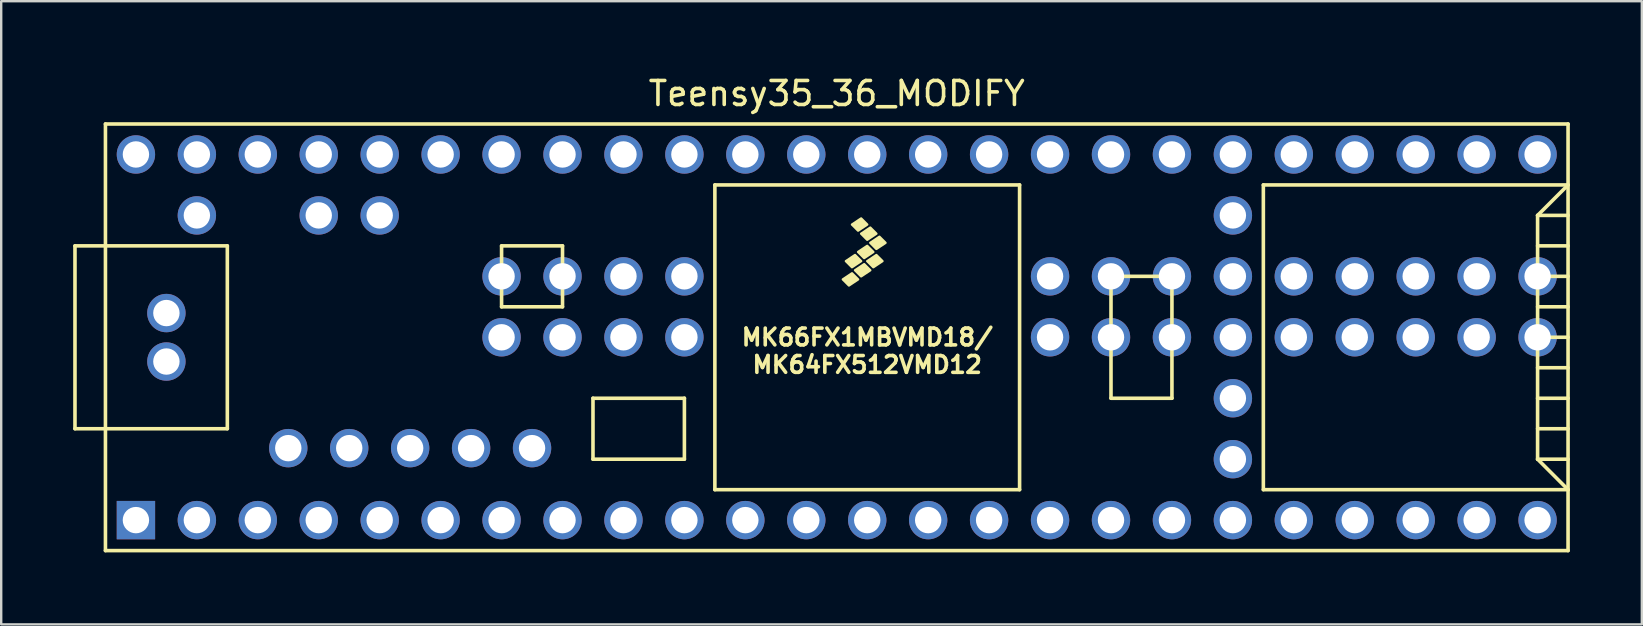
<source format=kicad_pcb>
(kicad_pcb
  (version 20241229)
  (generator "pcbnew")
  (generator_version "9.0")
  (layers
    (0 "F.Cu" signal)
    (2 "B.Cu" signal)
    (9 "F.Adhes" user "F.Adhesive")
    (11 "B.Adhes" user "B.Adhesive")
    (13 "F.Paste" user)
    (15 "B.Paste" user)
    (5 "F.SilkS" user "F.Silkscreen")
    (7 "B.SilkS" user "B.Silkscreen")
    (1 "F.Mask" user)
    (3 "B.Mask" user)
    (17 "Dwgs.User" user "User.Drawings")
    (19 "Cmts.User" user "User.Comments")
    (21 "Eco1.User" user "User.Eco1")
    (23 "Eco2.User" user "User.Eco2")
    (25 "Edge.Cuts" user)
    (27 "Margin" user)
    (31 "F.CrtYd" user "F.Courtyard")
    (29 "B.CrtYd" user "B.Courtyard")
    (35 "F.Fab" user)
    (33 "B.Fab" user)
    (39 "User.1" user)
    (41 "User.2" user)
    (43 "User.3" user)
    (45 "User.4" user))
  (footprint "Teensy35_36_MODIFY"
    (layer "F.Cu")
    (at 31.825 11.008)
    (property "Reference" "Teensy35_36_MODIFY" (at 0 -10.16 180) (layer "F.SilkS") (effects (font (size 1 1) (thickness 0.15))))
    (attr through_hole)
    (fp_line (start -31.75 -3.81) (end -30.48 -3.81) (stroke (width 0.15) (type solid)) (layer "F.SilkS"))
    (fp_line (start -31.75 3.81) (end -31.75 -3.81) (stroke (width 0.15) (type solid)) (layer "F.SilkS"))
    (fp_line (start -30.48 3.81) (end -31.75 3.81) (stroke (width 0.15) (type solid)) (layer "F.SilkS"))
    (fp_line (start -30.48 8.89) (end -30.48 -8.89) (stroke (width 0.15) (type solid)) (layer "F.SilkS"))
    (fp_line (start -30.48 8.89) (end 30.48 8.89) (stroke (width 0.15) (type solid)) (layer "F.SilkS"))
    (fp_line (start -25.4 -3.81) (end -30.48 -3.81) (stroke (width 0.15) (type solid)) (layer "F.SilkS"))
    (fp_line (start -25.4 3.81) (end -30.48 3.81) (stroke (width 0.15) (type solid)) (layer "F.SilkS"))
    (fp_line (start -25.4 3.81) (end -25.4 -3.81) (stroke (width 0.15) (type solid)) (layer "F.SilkS"))
    (fp_line (start -13.97 -3.81) (end -13.97 -1.27) (stroke (width 0.15) (type solid)) (layer "F.SilkS"))
    (fp_line (start -13.97 -1.27) (end -11.43 -1.27) (stroke (width 0.15) (type solid)) (layer "F.SilkS"))
    (fp_line (start -11.43 -3.81) (end -13.97 -3.81) (stroke (width 0.15) (type solid)) (layer "F.SilkS"))
    (fp_line (start -11.43 -1.27) (end -11.43 -3.81) (stroke (width 0.15) (type solid)) (layer "F.SilkS"))
    (fp_line (start -10.16 2.54) (end -6.35 2.54) (stroke (width 0.15) (type solid)) (layer "F.SilkS"))
    (fp_line (start -10.16 5.08) (end -10.16 2.54) (stroke (width 0.15) (type solid)) (layer "F.SilkS"))
    (fp_line (start -6.35 2.54) (end -6.35 5.08) (stroke (width 0.15) (type solid)) (layer "F.SilkS"))
    (fp_line (start -6.35 5.08) (end -10.16 5.08) (stroke (width 0.15) (type solid)) (layer "F.SilkS"))
    (fp_line (start -5.08 -6.35) (end -5.08 6.35) (stroke (width 0.15) (type solid)) (layer "F.SilkS"))
    (fp_line (start -5.08 -6.35) (end 7.62 -6.35) (stroke (width 0.15) (type solid)) (layer "F.SilkS"))
    (fp_line (start -5.08 6.35) (end 7.62 6.35) (stroke (width 0.15) (type solid)) (layer "F.SilkS"))
    (fp_line (start 7.62 6.35) (end 7.62 -6.35) (stroke (width 0.15) (type solid)) (layer "F.SilkS"))
    (fp_line (start 11.43 -2.54) (end 13.97 -2.54) (stroke (width 0.15) (type solid)) (layer "F.SilkS"))
    (fp_line (start 11.43 2.54) (end 11.43 -2.54) (stroke (width 0.15) (type solid)) (layer "F.SilkS"))
    (fp_line (start 13.97 -2.54) (end 13.97 2.54) (stroke (width 0.15) (type solid)) (layer "F.SilkS"))
    (fp_line (start 13.97 2.54) (end 11.43 2.54) (stroke (width 0.15) (type solid)) (layer "F.SilkS"))
    (fp_line (start 17.78 -6.35) (end 17.78 6.35) (stroke (width 0.15) (type solid)) (layer "F.SilkS"))
    (fp_line (start 17.78 6.35) (end 30.48 6.35) (stroke (width 0.15) (type solid)) (layer "F.SilkS"))
    (fp_line (start 29.21 -5.08) (end 30.48 -6.35) (stroke (width 0.15) (type solid)) (layer "F.SilkS"))
    (fp_line (start 29.21 -5.08) (end 30.48 -5.08) (stroke (width 0.15) (type solid)) (layer "F.SilkS"))
    (fp_line (start 29.21 -3.81) (end 30.48 -3.81) (stroke (width 0.15) (type solid)) (layer "F.SilkS"))
    (fp_line (start 29.21 -2.54) (end 30.48 -2.54) (stroke (width 0.15) (type solid)) (layer "F.SilkS"))
    (fp_line (start 29.21 -1.27) (end 30.48 -1.27) (stroke (width 0.15) (type solid)) (layer "F.SilkS"))
    (fp_line (start 29.21 0) (end 30.48 0) (stroke (width 0.15) (type solid)) (layer "F.SilkS"))
    (fp_line (start 29.21 1.27) (end 30.48 1.27) (stroke (width 0.15) (type solid)) (layer "F.SilkS"))
    (fp_line (start 29.21 2.54) (end 30.48 2.54) (stroke (width 0.15) (type solid)) (layer "F.SilkS"))
    (fp_line (start 29.21 3.81) (end 30.48 3.81) (stroke (width 0.15) (type solid)) (layer "F.SilkS"))
    (fp_line (start 29.21 5.08) (end 29.21 -5.08) (stroke (width 0.15) (type solid)) (layer "F.SilkS"))
    (fp_line (start 29.21 5.08) (end 30.48 5.08) (stroke (width 0.15) (type solid)) (layer "F.SilkS"))
    (fp_line (start 30.48 -8.89) (end -30.48 -8.89) (stroke (width 0.15) (type solid)) (layer "F.SilkS"))
    (fp_line (start 30.48 -8.89) (end 30.48 8.89) (stroke (width 0.15) (type solid)) (layer "F.SilkS"))
    (fp_line (start 30.48 -6.35) (end 17.78 -6.35) (stroke (width 0.15) (type solid)) (layer "F.SilkS"))
    (fp_line (start 30.48 6.35) (end 29.21 5.08) (stroke (width 0.15) (type solid)) (layer "F.SilkS"))
    (fp_poly (pts (xy 0.635 -2.667) (xy 0.889 -2.413) (xy 0.508 -2.159) (xy 0.254 -2.413)) (stroke (width 0.1) (type solid)) (fill yes) (layer "F.SilkS"))
    (fp_poly (pts (xy 0.762 -3.429) (xy 1.016 -3.175) (xy 0.635 -2.921) (xy 0.381 -3.175)) (stroke (width 0.1) (type solid)) (fill yes) (layer "F.SilkS"))
    (fp_poly (pts (xy 1.016 -4.953) (xy 1.27 -4.699) (xy 0.889 -4.445) (xy 0.635 -4.699)) (stroke (width 0.1) (type solid)) (fill yes) (layer "F.SilkS"))
    (fp_poly (pts (xy 1.143 -3.048) (xy 1.397 -2.794) (xy 1.016 -2.54) (xy 0.762 -2.794)) (stroke (width 0.1) (type solid)) (fill yes) (layer "F.SilkS"))
    (fp_poly (pts (xy 1.27 -3.81) (xy 1.524 -3.556) (xy 1.143 -3.302) (xy 0.889 -3.556)) (stroke (width 0.1) (type solid)) (fill yes) (layer "F.SilkS"))
    (fp_poly (pts (xy 1.397 -4.572) (xy 1.651 -4.318) (xy 1.27 -4.064) (xy 1.016 -4.318)) (stroke (width 0.1) (type solid)) (fill yes) (layer "F.SilkS"))
    (fp_poly (pts (xy 1.651 -3.429) (xy 1.905 -3.175) (xy 1.524 -2.921) (xy 1.27 -3.175)) (stroke (width 0.1) (type solid)) (fill yes) (layer "F.SilkS"))
    (fp_poly (pts (xy 1.778 -4.191) (xy 2.032 -3.937) (xy 1.651 -3.683) (xy 1.397 -3.937)) (stroke (width 0.1) (type solid)) (fill yes) (layer "F.SilkS"))
    (fp_text user "MK66FX1MBVMD18/" (at 1.27 0 180) (layer "F.SilkS") (effects (font (size 0.7 0.7) (thickness 0.15))))
    (fp_text user "MK64FX512VMD12" (at 1.27 1.143 180) (layer "F.SilkS") (effects (font (size 0.7 0.7) (thickness 0.15))))
    (pad "1" thru_hole rect (at -29.21 7.62) (size 1.6 1.6) (drill 1.1) (layers "*.Cu" "*.Mask"))
    (pad "2" thru_hole circle (at -26.67 7.62) (size 1.6 1.6) (drill 1.1) (layers "*.Cu" "*.Mask"))
    (pad "3" thru_hole circle (at -24.13 7.62) (size 1.6 1.6) (drill 1.1) (layers "*.Cu" "*.Mask"))
    (pad "4" thru_hole circle (at -21.59 7.62) (size 1.6 1.6) (drill 1.1) (layers "*.Cu" "*.Mask"))
    (pad "5" thru_hole circle (at -19.05 7.62) (size 1.6 1.6) (drill 1.1) (layers "*.Cu" "*.Mask"))
    (pad "6" thru_hole circle (at -16.51 7.62) (size 1.6 1.6) (drill 1.1) (layers "*.Cu" "*.Mask"))
    (pad "7" thru_hole circle (at -13.97 7.62) (size 1.6 1.6) (drill 1.1) (layers "*.Cu" "*.Mask"))
    (pad "8" thru_hole circle (at -11.43 7.62) (size 1.6 1.6) (drill 1.1) (layers "*.Cu" "*.Mask"))
    (pad "9" thru_hole circle (at -8.89 7.62) (size 1.6 1.6) (drill 1.1) (layers "*.Cu" "*.Mask"))
    (pad "10" thru_hole circle (at -6.35 7.62) (size 1.6 1.6) (drill 1.1) (layers "*.Cu" "*.Mask"))
    (pad "11" thru_hole circle (at -3.81 7.62) (size 1.6 1.6) (drill 1.1) (layers "*.Cu" "*.Mask"))
    (pad "12" thru_hole circle (at -1.27 7.62) (size 1.6 1.6) (drill 1.1) (layers "*.Cu" "*.Mask"))
    (pad "13" thru_hole circle (at 1.27 7.62) (size 1.6 1.6) (drill 1.1) (layers "*.Cu" "*.Mask"))
    (pad "14" thru_hole circle (at 3.81 7.62) (size 1.6 1.6) (drill 1.1) (layers "*.Cu" "*.Mask"))
    (pad "15" thru_hole circle (at 6.35 7.62) (size 1.6 1.6) (drill 1.1) (layers "*.Cu" "*.Mask"))
    (pad "16" thru_hole circle (at 8.89 7.62) (size 1.6 1.6) (drill 1.1) (layers "*.Cu" "*.Mask"))
    (pad "17" thru_hole circle (at 11.43 7.62) (size 1.6 1.6) (drill 1.1) (layers "*.Cu" "*.Mask"))
    (pad "18" thru_hole circle (at 13.97 7.62) (size 1.6 1.6) (drill 1.1) (layers "*.Cu" "*.Mask"))
    (pad "19" thru_hole circle (at 16.51 7.62) (size 1.6 1.6) (drill 1.1) (layers "*.Cu" "*.Mask"))
    (pad "20" thru_hole circle (at 19.05 7.62) (size 1.6 1.6) (drill 1.1) (layers "*.Cu" "*.Mask"))
    (pad "21" thru_hole circle (at 21.59 7.62) (size 1.6 1.6) (drill 1.1) (layers "*.Cu" "*.Mask"))
    (pad "22" thru_hole circle (at 24.13 7.62) (size 1.6 1.6) (drill 1.1) (layers "*.Cu" "*.Mask"))
    (pad "23" thru_hole circle (at 26.67 7.62) (size 1.6 1.6) (drill 1.1) (layers "*.Cu" "*.Mask"))
    (pad "24" thru_hole circle (at 29.21 7.62) (size 1.6 1.6) (drill 1.1) (layers "*.Cu" "*.Mask"))
    (pad "25" thru_hole circle (at 16.51 5.08) (size 1.6 1.6) (drill 1.1) (layers "*.Cu" "*.Mask"))
    (pad "26" thru_hole circle (at 16.51 2.54) (size 1.6 1.6) (drill 1.1) (layers "*.Cu" "*.Mask"))
    (pad "27" thru_hole circle (at 16.51 0) (size 1.6 1.6) (drill 1.1) (layers "*.Cu" "*.Mask"))
    (pad "28" thru_hole circle (at 16.51 -2.54) (size 1.6 1.6) (drill 1.1) (layers "*.Cu" "*.Mask"))
    (pad "29" thru_hole circle (at 16.51 -5.08) (size 1.6 1.6) (drill 1.1) (layers "*.Cu" "*.Mask"))
    (pad "30" thru_hole circle (at 29.21 -7.62) (size 1.6 1.6) (drill 1.1) (layers "*.Cu" "*.Mask"))
    (pad "31" thru_hole circle (at 26.67 -7.62) (size 1.6 1.6) (drill 1.1) (layers "*.Cu" "*.Mask"))
    (pad "32" thru_hole circle (at 24.13 -7.62) (size 1.6 1.6) (drill 1.1) (layers "*.Cu" "*.Mask"))
    (pad "33" thru_hole circle (at 21.59 -7.62) (size 1.6 1.6) (drill 1.1) (layers "*.Cu" "*.Mask"))
    (pad "34" thru_hole circle (at 19.05 -7.62) (size 1.6 1.6) (drill 1.1) (layers "*.Cu" "*.Mask"))
    (pad "35" thru_hole circle (at 16.51 -7.62) (size 1.6 1.6) (drill 1.1) (layers "*.Cu" "*.Mask"))
    (pad "36" thru_hole circle (at 13.97 -7.62) (size 1.6 1.6) (drill 1.1) (layers "*.Cu" "*.Mask"))
    (pad "37" thru_hole circle (at 11.43 -7.62) (size 1.6 1.6) (drill 1.1) (layers "*.Cu" "*.Mask"))
    (pad "38" thru_hole circle (at 8.89 -7.62) (size 1.6 1.6) (drill 1.1) (layers "*.Cu" "*.Mask"))
    (pad "39" thru_hole circle (at 6.35 -7.62) (size 1.6 1.6) (drill 1.1) (layers "*.Cu" "*.Mask"))
    (pad "40" thru_hole circle (at 3.81 -7.62) (size 1.6 1.6) (drill 1.1) (layers "*.Cu" "*.Mask"))
    (pad "41" thru_hole circle (at 1.27 -7.62) (size 1.6 1.6) (drill 1.1) (layers "*.Cu" "*.Mask"))
    (pad "42" thru_hole circle (at -1.27 -7.62) (size 1.6 1.6) (drill 1.1) (layers "*.Cu" "*.Mask"))
    (pad "43" thru_hole circle (at -3.81 -7.62) (size 1.6 1.6) (drill 1.1) (layers "*.Cu" "*.Mask"))
    (pad "44" thru_hole circle (at -6.35 -7.62) (size 1.6 1.6) (drill 1.1) (layers "*.Cu" "*.Mask"))
    (pad "45" thru_hole circle (at -8.89 -7.62) (size 1.6 1.6) (drill 1.1) (layers "*.Cu" "*.Mask"))
    (pad "46" thru_hole circle (at -11.43 -7.62) (size 1.6 1.6) (drill 1.1) (layers "*.Cu" "*.Mask"))
    (pad "47" thru_hole circle (at -13.97 -7.62) (size 1.6 1.6) (drill 1.1) (layers "*.Cu" "*.Mask"))
    (pad "48" thru_hole circle (at -16.51 -7.62) (size 1.6 1.6) (drill 1.1) (layers "*.Cu" "*.Mask"))
    (pad "49" thru_hole circle (at -19.05 -7.62) (size 1.6 1.6) (drill 1.1) (layers "*.Cu" "*.Mask"))
    (pad "50" thru_hole circle (at -21.59 -7.62) (size 1.6 1.6) (drill 1.1) (layers "*.Cu" "*.Mask"))
    (pad "51" thru_hole circle (at -24.13 -7.62) (size 1.6 1.6) (drill 1.1) (layers "*.Cu" "*.Mask"))
    (pad "52" thru_hole circle (at -26.67 -7.62) (size 1.6 1.6) (drill 1.1) (layers "*.Cu" "*.Mask"))
    (pad "53" thru_hole circle (at -29.21 -7.62) (size 1.6 1.6) (drill 1.1) (layers "*.Cu" "*.Mask"))
    (pad "54" thru_hole circle (at -26.67 -5.08) (size 1.6 1.6) (drill 1.1) (layers "*.Cu" "*.Mask"))
    (pad "55" thru_hole circle (at -21.59 -5.08) (size 1.6 1.6) (drill 1.1) (layers "*.Cu" "*.Mask"))
    (pad "56" thru_hole circle (at -19.05 -5.08) (size 1.6 1.6) (drill 1.1) (layers "*.Cu" "*.Mask"))
    (pad "58" thru_hole circle (at -22.86 4.62) (size 1.6 1.6) (drill 1.1) (layers "*.Cu" "*.Mask"))
    (pad "59" thru_hole circle (at -20.32 4.62) (size 1.6 1.6) (drill 1.1) (layers "*.Cu" "*.Mask"))
    (pad "60" thru_hole circle (at -17.78 4.62) (size 1.6 1.6) (drill 1.1) (layers "*.Cu" "*.Mask"))
    (pad "61" thru_hole circle (at -15.24 4.62) (size 1.6 1.6) (drill 1.1) (layers "*.Cu" "*.Mask"))
    (pad "62" thru_hole circle (at -12.7 4.62) (size 1.6 1.6) (drill 1.1) (layers "*.Cu" "*.Mask"))
    (pad "63" thru_hole circle (at -13.97 0) (size 1.6 1.6) (drill 1.1) (layers "*.Cu" "*.Mask"))
    (pad "64" thru_hole circle (at -11.43 0) (size 1.6 1.6) (drill 1.1) (layers "*.Cu" "*.Mask"))
    (pad "65" thru_hole circle (at -8.89 0) (size 1.6 1.6) (drill 1.1) (layers "*.Cu" "*.Mask"))
    (pad "66" thru_hole circle (at -6.35 0) (size 1.6 1.6) (drill 1.1) (layers "*.Cu" "*.Mask"))
    (pad "67" thru_hole circle (at 8.89 0) (size 1.6 1.6) (drill 1.1) (layers "*.Cu" "*.Mask"))
    (pad "68" thru_hole circle (at 11.43 0) (size 1.6 1.6) (drill 1.1) (layers "*.Cu" "*.Mask"))
    (pad "69" thru_hole circle (at 13.97 0) (size 1.6 1.6) (drill 1.1) (layers "*.Cu" "*.Mask"))
    (pad "70" thru_hole circle (at 19.05 0) (size 1.6 1.6) (drill 1.1) (layers "*.Cu" "*.Mask"))
    (pad "71" thru_hole circle (at 21.59 0) (size 1.6 1.6) (drill 1.1) (layers "*.Cu" "*.Mask"))
    (pad "72" thru_hole circle (at 24.13 0) (size 1.6 1.6) (drill 1.1) (layers "*.Cu" "*.Mask"))
    (pad "73" thru_hole circle (at 26.67 0) (size 1.6 1.6) (drill 1.1) (layers "*.Cu" "*.Mask"))
    (pad "74" thru_hole circle (at 29.21 0) (size 1.6 1.6) (drill 1.1) (layers "*.Cu" "*.Mask"))
    (pad "75" thru_hole circle (at 29.21 -2.54) (size 1.6 1.6) (drill 1.1) (layers "*.Cu" "*.Mask"))
    (pad "76" thru_hole circle (at 26.67 -2.54) (size 1.6 1.6) (drill 1.1) (layers "*.Cu" "*.Mask"))
    (pad "77" thru_hole circle (at 24.13 -2.54) (size 1.6 1.6) (drill 1.1) (layers "*.Cu" "*.Mask"))
    (pad "78" thru_hole circle (at 21.59 -2.54) (size 1.6 1.6) (drill 1.1) (layers "*.Cu" "*.Mask"))
    (pad "79" thru_hole circle (at 19.05 -2.54) (size 1.6 1.6) (drill 1.1) (layers "*.Cu" "*.Mask"))
    (pad "80" thru_hole circle (at 13.97 -2.54) (size 1.6 1.6) (drill 1.1) (layers "*.Cu" "*.Mask"))
    (pad "81" thru_hole circle (at 11.43 -2.54) (size 1.6 1.6) (drill 1.1) (layers "*.Cu" "*.Mask"))
    (pad "82" thru_hole circle (at 8.89 -2.54) (size 1.6 1.6) (drill 1.1) (layers "*.Cu" "*.Mask"))
    (pad "83" thru_hole circle (at -6.35 -2.54) (size 1.6 1.6) (drill 1.1) (layers "*.Cu" "*.Mask"))
    (pad "84" thru_hole circle (at -8.89 -2.54) (size 1.6 1.6) (drill 1.1) (layers "*.Cu" "*.Mask"))
    (pad "85" thru_hole circle (at -11.43 -2.54) (size 1.6 1.6) (drill 1.1) (layers "*.Cu" "*.Mask"))
    (pad "86" thru_hole circle (at -13.97 -2.54) (size 1.6 1.6) (drill 1.1) (layers "*.Cu" "*.Mask"))
    (pad "87" thru_hole circle (at -27.94 -1.01) (size 1.6 1.6) (drill 1.1) (layers "*.Cu" "*.Mask"))
    (pad "88" thru_hole circle (at -27.94 1.01) (size 1.6 1.6) (drill 1.1) (layers "*.Cu" "*.Mask")))
  (gr_rect
    (start -3 -3)
    (end 65.38 22.973)
    (stroke (width 0.1) (type default))
    (fill no)
    (layer "Edge.Cuts")))
</source>
